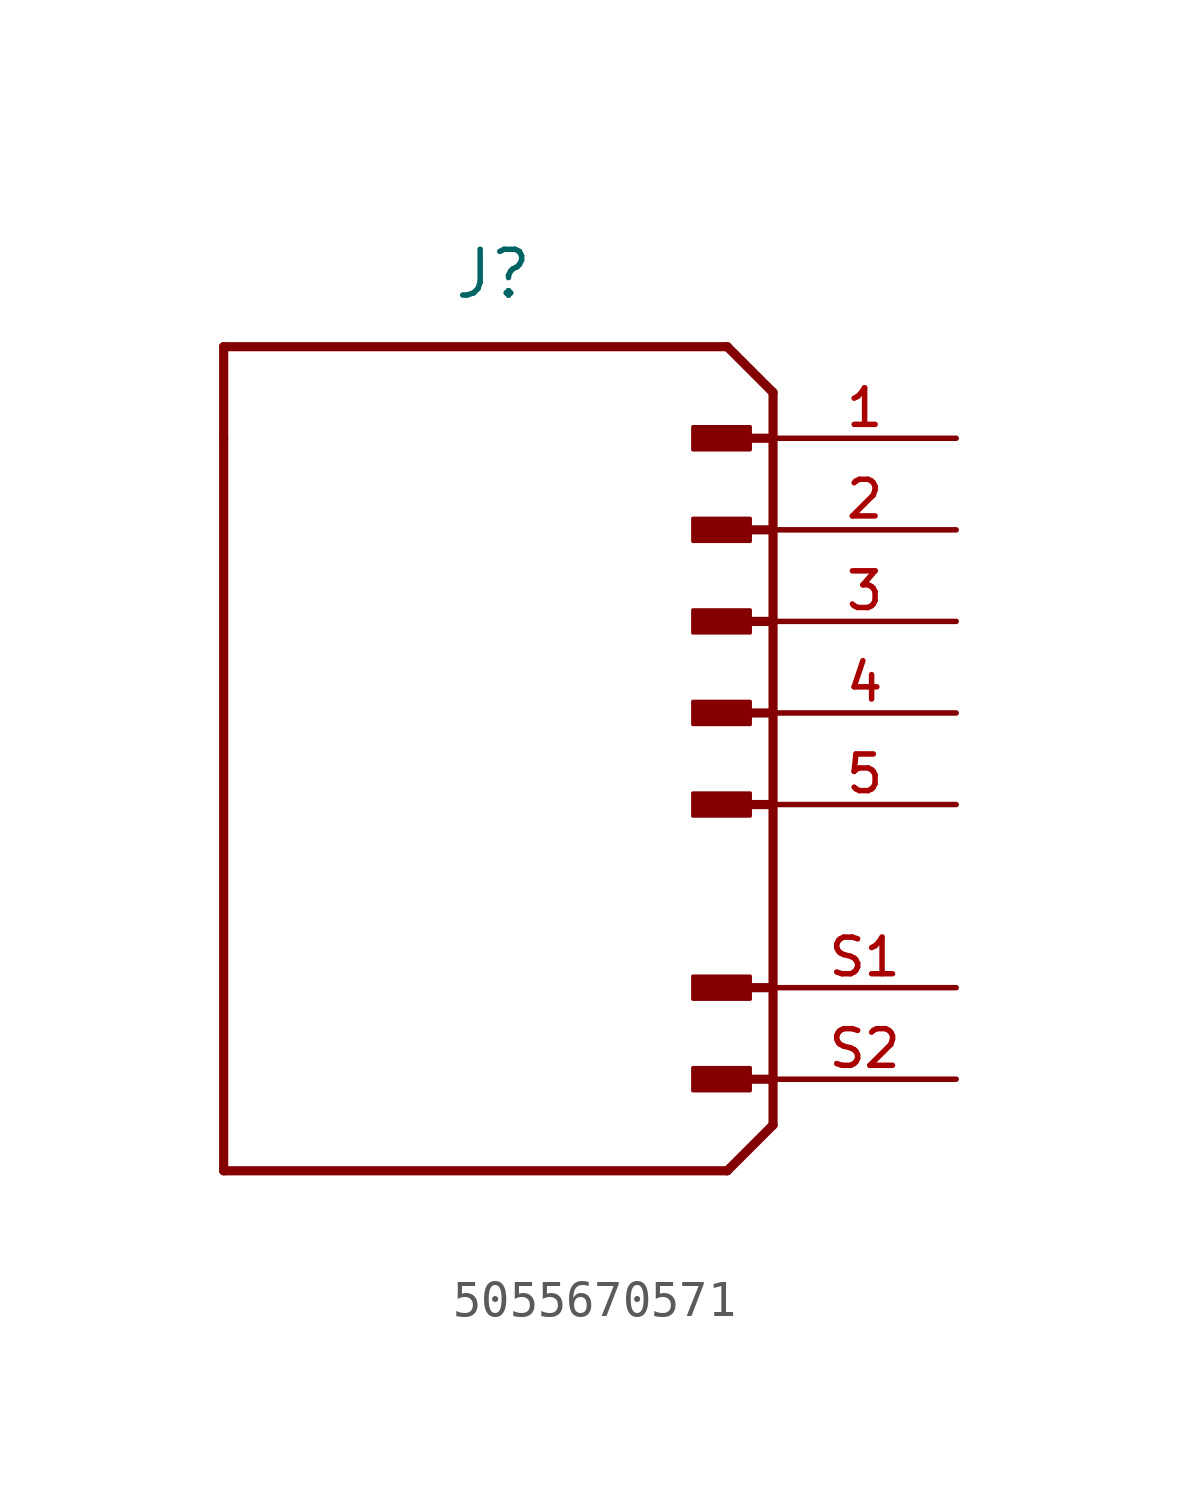
<source format=kicad_sym>
(kicad_symbol_lib
  (version 20211014)
  (generator kicad_symbol_editor)
  (symbol "5055670571"
    (pin_names
      (offset 1.016))
    (property "Reference" "J"
      (at -1.27 11.43 0)
      (effects (font (size 1.27 1.27)) (justify left bottom)))
    (symbol "5055670571_0_0"
      (polyline (pts (xy -7.62 -12.7) (xy 6.35 -12.7)) (stroke (width 0.254) (type default) (color 0 0 0 0)) (fill (type none)))
      (polyline (pts (xy -7.62 7.62) (xy -7.62 -12.7)) (stroke (width 0.254) (type default) (color 0 0 0 0)) (fill (type none)))
      (polyline (pts (xy -7.62 10.16) (xy -7.62 7.62)) (stroke (width 0.254) (type default) (color 0 0 0 0)) (fill (type none)))
      (polyline (pts (xy 6.35 10.16) (xy -7.62 10.16)) (stroke (width 0.254) (type default) (color 0 0 0 0)) (fill (type none)))
      (polyline (pts (xy 7.62 -11.43) (xy 6.35 -12.7)) (stroke (width 0.254) (type default) (color 0 0 0 0)) (fill (type none)))
      (polyline (pts (xy 7.62 -11.43) (xy 7.62 8.89)) (stroke (width 0.254) (type default) (color 0 0 0 0)) (fill (type none)))
      (polyline (pts (xy 7.62 -10.16) (xy 5.715 -10.16)) (stroke (width 0.254) (type default) (color 0 0 0 0)) (fill (type none)))
      (polyline (pts (xy 7.62 -7.62) (xy 5.715 -7.62)) (stroke (width 0.254) (type default) (color 0 0 0 0)) (fill (type none)))
      (polyline (pts (xy 7.62 -2.54) (xy 5.715 -2.54)) (stroke (width 0.254) (type default) (color 0 0 0 0)) (fill (type none)))
      (polyline (pts (xy 7.62 0) (xy 5.715 0)) (stroke (width 0.254) (type default) (color 0 0 0 0)) (fill (type none)))
      (polyline (pts (xy 7.62 2.54) (xy 5.715 2.54)) (stroke (width 0.254) (type default) (color 0 0 0 0)) (fill (type none)))
      (polyline (pts (xy 7.62 5.08) (xy 5.715 5.08)) (stroke (width 0.254) (type default) (color 0 0 0 0)) (fill (type none)))
      (polyline (pts (xy 7.62 7.62) (xy 5.715 7.62)) (stroke (width 0.254) (type default) (color 0 0 0 0)) (fill (type none)))
      (polyline (pts (xy 7.62 8.89) (xy 6.35 10.16)) (stroke (width 0.254) (type default) (color 0 0 0 0)) (fill (type none)))
      (rectangle (start 6.985 -9.842) (end 5.397 -10.477) (stroke (width 0.1) (type default) (color 0 0 0 0)) (fill (type outline)))
      (rectangle (start 6.985 -7.303) (end 5.397 -7.938) (stroke (width 0.1) (type default) (color 0 0 0 0)) (fill (type outline)))
      (rectangle (start 6.985 -2.223) (end 5.397 -2.857) (stroke (width 0.1) (type default) (color 0 0 0 0)) (fill (type outline)))
      (rectangle (start 6.985 0.318) (end 5.397 -0.318) (stroke (width 0.1) (type default) (color 0 0 0 0)) (fill (type outline)))
      (rectangle (start 6.985 2.857) (end 5.397 2.223) (stroke (width 0.1) (type default) (color 0 0 0 0)) (fill (type outline)))
      (rectangle (start 6.985 5.397) (end 5.397 4.763) (stroke (width 0.1) (type default) (color 0 0 0 0)) (fill (type outline)))
      (rectangle (start 6.985 7.938) (end 5.397 7.303) (stroke (width 0.1) (type default) (color 0 0 0 0)) (fill (type outline)))
      (pin passive line (at 12.7 7.62 180) (length 5.08) (name "" (effects (font (size 1.016 1.016)))) (number "1" (effects (font (size 1.016 1.016)))))
      (pin passive line (at 12.7 5.08 180) (length 5.08) (name "" (effects (font (size 1.016 1.016)))) (number "2" (effects (font (size 1.016 1.016)))))
      (pin passive line (at 12.7 2.54 180) (length 5.08) (name "" (effects (font (size 1.016 1.016)))) (number "3" (effects (font (size 1.016 1.016)))))
      (pin passive line (at 12.7 0 180) (length 5.08) (name "" (effects (font (size 1.016 1.016)))) (number "4" (effects (font (size 1.016 1.016)))))
      (pin passive line (at 12.7 -2.54 180) (length 5.08) (name "" (effects (font (size 1.016 1.016)))) (number "5" (effects (font (size 1.016 1.016)))))
      (pin passive line (at 12.7 -7.62 180) (length 5.08) (name "" (effects (font (size 1.016 1.016)))) (number "S1" (effects (font (size 1.016 1.016)))))
      (pin passive line (at 12.7 -10.16 180) (length 5.08) (name "" (effects (font (size 1.016 1.016)))) (number "S2" (effects (font (size 1.016 1.016))))))))
</source>
